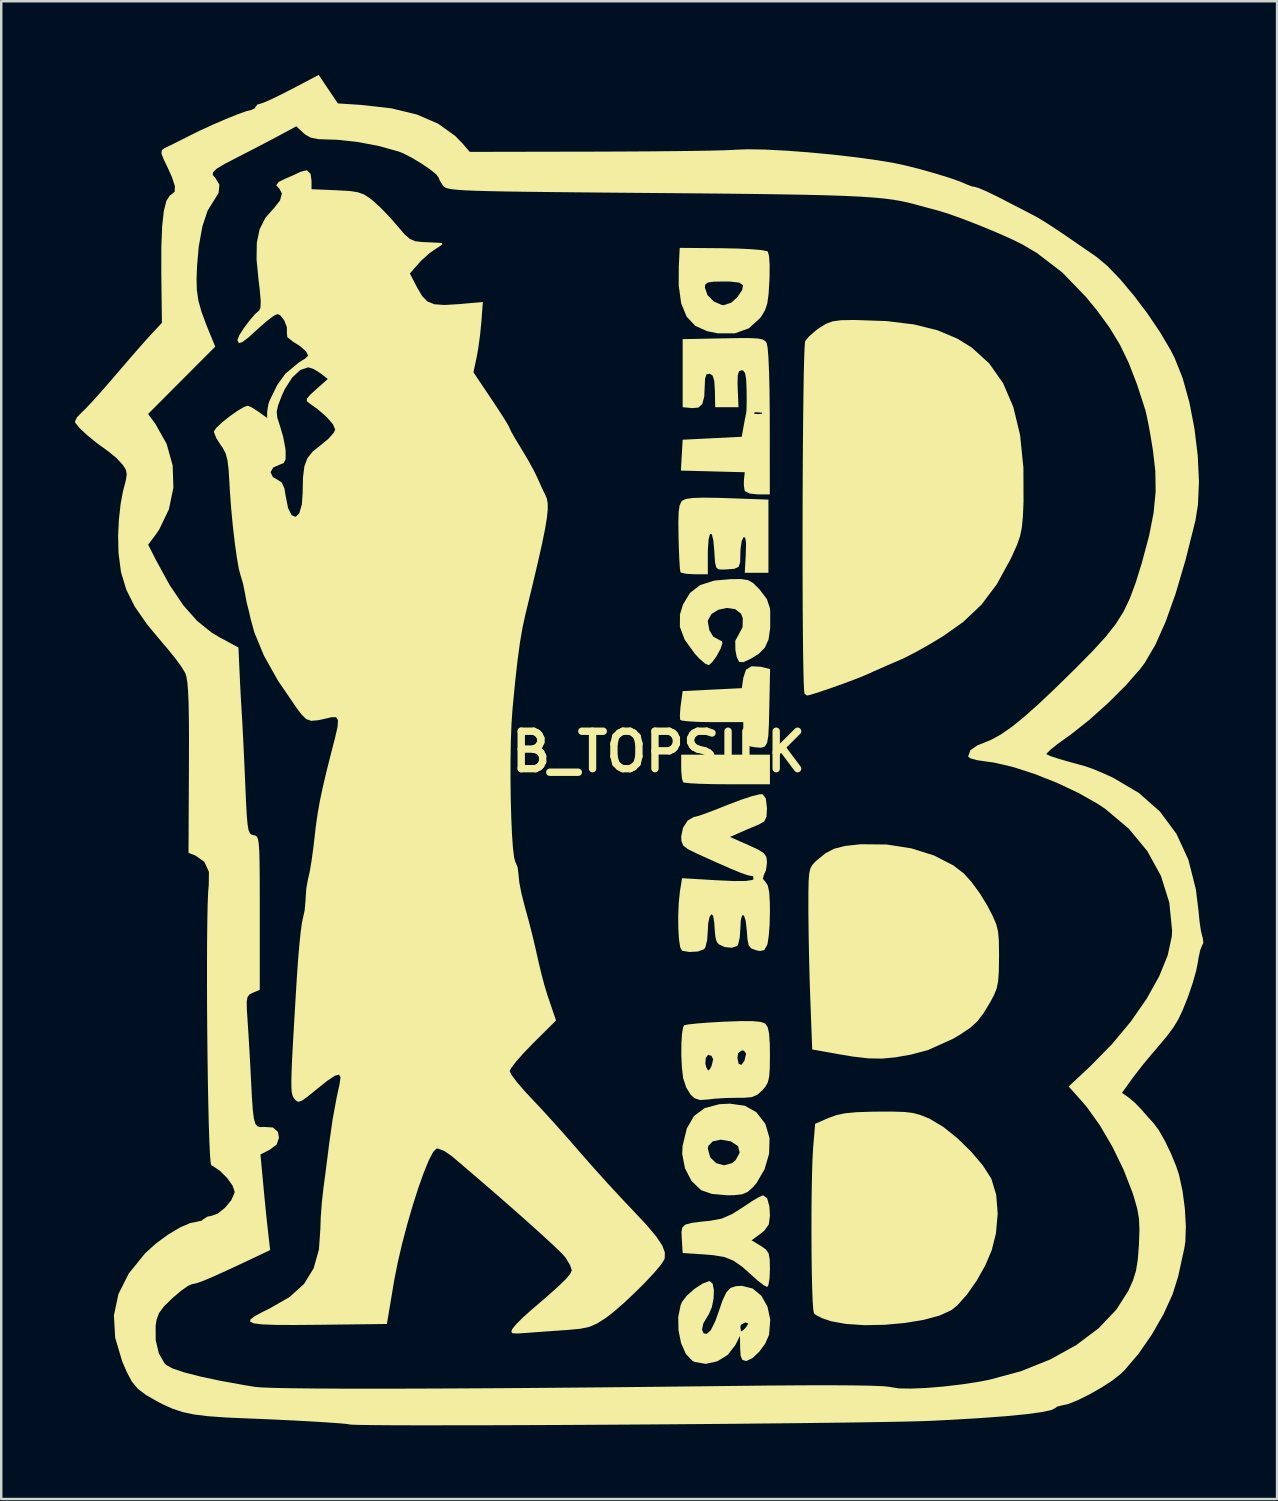
<source format=kicad_pcb>
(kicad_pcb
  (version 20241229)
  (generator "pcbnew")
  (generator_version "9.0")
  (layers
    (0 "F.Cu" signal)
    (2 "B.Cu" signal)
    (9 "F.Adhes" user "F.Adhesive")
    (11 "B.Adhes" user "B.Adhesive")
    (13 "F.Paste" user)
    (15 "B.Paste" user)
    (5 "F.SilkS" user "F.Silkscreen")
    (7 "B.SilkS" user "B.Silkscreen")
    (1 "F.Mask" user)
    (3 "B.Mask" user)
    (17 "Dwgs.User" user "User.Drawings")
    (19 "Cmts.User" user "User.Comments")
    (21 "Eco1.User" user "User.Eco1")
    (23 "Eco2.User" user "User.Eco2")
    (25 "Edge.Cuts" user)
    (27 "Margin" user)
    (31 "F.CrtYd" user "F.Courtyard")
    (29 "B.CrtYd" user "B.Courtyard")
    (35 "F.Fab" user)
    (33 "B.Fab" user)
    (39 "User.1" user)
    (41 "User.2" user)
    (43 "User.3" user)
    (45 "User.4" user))
  (footprint "DB_TOPSILK"
    (layer "F.Cu")
    (at 22.992 27.548)
    (property "Reference" "DB_TOPSILK" (at 0 0 0) (layer "F.SilkS") (effects (font (size 1.524 1.524) (thickness 0.3))))
    (attr board_only exclude_from_pos_files exclude_from_bom)
    (fp_poly (pts (xy 5.297 1.324) (xy 3.571 1.324) (xy 2.95 1.319) (xy 2.416 1.304) (xy 2.016 1.282) (xy 1.794 1.255) (xy 1.766 1.244) (xy 1.716 1.084) (xy 1.688 0.777) (xy 1.685 0.642) (xy 1.685 0.12) (xy 5.297 0.12)) (stroke (width 0) (type solid)) (fill yes) (layer "F.SilkS"))
    (fp_poly (pts (xy 4.929 -3.457) (xy 5.009 -3.438) (xy 5.304 -3.364) (xy 5.27 -1.774) (xy 5.255 -1.11) (xy 5.231 -0.652) (xy 5.182 -0.364) (xy 5.092 -0.213) (xy 4.945 -0.162) (xy 4.725 -0.178) (xy 4.544 -0.205) (xy 4.329 -0.267) (xy 4.234 -0.411) (xy 4.213 -0.714) (xy 4.213 -0.73) (xy 4.213 -1.204) (xy 2.956 -1.204) (xy 2.432 -1.212) (xy 2.005 -1.234) (xy 1.726 -1.266) (xy 1.647 -1.294) (xy 1.631 -1.459) (xy 1.651 -1.769) (xy 1.67 -1.926) (xy 1.745 -2.468) (xy 2.949 -2.528) (xy 4.153 -2.588) (xy 4.213 -3.008) (xy 4.322 -3.337) (xy 4.55 -3.48)) (stroke (width 0) (type solid)) (fill yes) (layer "F.SilkS"))
    (fp_poly (pts (xy 5.181 18.17) (xy 5.275 18.502) (xy 5.297 18.887) (xy 5.251 19.238) (xy 5.071 19.493) (xy 4.924 19.611) (xy 4.551 19.887) (xy 4.924 20.114) (xy 5.132 20.259) (xy 5.244 20.419) (xy 5.289 20.673) (xy 5.297 21.065) (xy 5.28 21.446) (xy 5.235 21.708) (xy 5.183 21.789) (xy 5.037 21.712) (xy 4.787 21.516) (xy 4.611 21.358) (xy 4.171 20.965) (xy 3.81 20.715) (xy 3.45 20.57) (xy 3.008 20.494) (xy 2.655 20.464) (xy 1.745 20.404) (xy 1.71 19.836) (xy 1.697 19.551) (xy 1.73 19.365) (xy 1.851 19.25) (xy 2.103 19.18) (xy 2.527 19.126) (xy 2.862 19.093) (xy 3.325 19.006) (xy 3.76 18.819) (xy 4.192 18.544) (xy 4.555 18.301) (xy 4.85 18.127) (xy 5.015 18.057) (xy 5.018 18.057)) (stroke (width 0) (type solid)) (fill yes) (layer "F.SilkS"))
    (fp_poly (pts (xy 4.275 14.409) (xy 4.744 14.672) (xy 5.098 15.133) (xy 5.119 15.172) (xy 5.281 15.729) (xy 5.263 16.36) (xy 5.079 16.996) (xy 4.743 17.568) (xy 4.606 17.726) (xy 4.394 17.915) (xy 4.165 18.014) (xy 3.835 18.051) (xy 3.559 18.054) (xy 2.935 17.999) (xy 2.501 17.847) (xy 2.494 17.843) (xy 2.105 17.472) (xy 1.838 16.954) (xy 1.726 16.368) (xy 1.737 16.154) (xy 2.769 16.154) (xy 2.865 16.51) (xy 3.108 16.747) (xy 3.428 16.834) (xy 3.756 16.745) (xy 3.904 16.621) (xy 4.067 16.317) (xy 3.998 16.052) (xy 3.71 15.863) (xy 3.696 15.858) (xy 3.294 15.791) (xy 2.972 15.858) (xy 2.79 16.041) (xy 2.769 16.154) (xy 1.737 16.154) (xy 1.743 16.036) (xy 1.915 15.331) (xy 2.207 14.827) (xy 2.639 14.506) (xy 3.232 14.348) (xy 3.659 14.325)) (stroke (width 0) (type solid)) (fill yes) (layer "F.SilkS"))
    (fp_poly (pts (xy 3.357 -20.494) (xy 3.991 -20.481) (xy 4.536 -20.455) (xy 4.947 -20.419) (xy 5.178 -20.376) (xy 5.208 -20.361) (xy 5.259 -20.187) (xy 5.285 -19.826) (xy 5.282 -19.33) (xy 5.275 -19.162) (xy 5.241 -18.618) (xy 5.189 -18.246) (xy 5.101 -17.976) (xy 4.961 -17.74) (xy 4.897 -17.653) (xy 4.442 -17.237) (xy 3.869 -17.029) (xy 3.176 -17.029) (xy 2.739 -17.118) (xy 2.256 -17.336) (xy 1.907 -17.708) (xy 1.685 -18.249) (xy 1.595 -18.9) (xy 2.648 -18.9) (xy 2.753 -18.59) (xy 3.012 -18.326) (xy 3.339 -18.184) (xy 3.422 -18.177) (xy 3.723 -18.278) (xy 3.964 -18.494) (xy 4.17 -18.797) (xy 4.202 -18.99) (xy 4.042 -19.096) (xy 3.669 -19.137) (xy 3.431 -19.14) (xy 3.007 -19.133) (xy 2.771 -19.099) (xy 2.669 -19.024) (xy 2.648 -18.9) (xy 1.595 -18.9) (xy 1.584 -18.976) (xy 1.587 -19.734) (xy 1.625 -20.509)) (stroke (width 0) (type solid)) (fill yes) (layer "F.SilkS"))
    (fp_poly (pts (xy 3.212 -10.333) (xy 3.58 -10.321) (xy 5.236 -10.262) (xy 5.236 -7.283) (xy 4.273 -7.283) (xy 4.315 -8.05) (xy 4.325 -8.491) (xy 4.292 -8.711) (xy 4.225 -8.735) (xy 4.148 -8.576) (xy 4.101 -8.263) (xy 4.093 -8.058) (xy 4.085 -7.711) (xy 4.022 -7.524) (xy 3.846 -7.445) (xy 3.499 -7.419) (xy 3.401 -7.415) (xy 3.22 -7.421) (xy 3.117 -7.491) (xy 3.066 -7.679) (xy 3.039 -8.041) (xy 3.034 -8.156) (xy 2.991 -8.623) (xy 2.927 -8.858) (xy 2.858 -8.865) (xy 2.801 -8.65) (xy 2.77 -8.219) (xy 2.769 -8.065) (xy 2.769 -7.223) (xy 2.234 -7.223) (xy 1.901 -7.241) (xy 1.687 -7.288) (xy 1.653 -7.313) (xy 1.632 -7.463) (xy 1.61 -7.802) (xy 1.59 -8.275) (xy 1.577 -8.735) (xy 1.569 -9.346) (xy 1.582 -9.761) (xy 1.62 -10.022) (xy 1.688 -10.175) (xy 1.735 -10.224) (xy 1.882 -10.289) (xy 2.156 -10.328) (xy 2.588 -10.342)) (stroke (width 0) (type solid)) (fill yes) (layer "F.SilkS"))
    (fp_poly (pts (xy 4.406 -6.984) (xy 4.613 -6.866) (xy 4.841 -6.64) (xy 4.885 -6.593) (xy 5.175 -6.208) (xy 5.298 -5.839) (xy 5.309 -5.69) (xy 5.307 -5.039) (xy 5.241 -4.572) (xy 5.092 -4.237) (xy 4.836 -3.981) (xy 4.534 -3.794) (xy 4.22 -3.646) (xy 4.043 -3.656) (xy 3.946 -3.854) (xy 3.892 -4.132) (xy 3.885 -4.512) (xy 4.018 -4.757) (xy 4.183 -5.068) (xy 4.193 -5.433) (xy 4.12 -5.618) (xy 3.881 -5.805) (xy 3.55 -5.853) (xy 3.203 -5.781) (xy 2.919 -5.607) (xy 2.774 -5.352) (xy 2.769 -5.286) (xy 2.832 -4.948) (xy 2.99 -4.683) (xy 3.192 -4.574) (xy 3.194 -4.574) (xy 3.346 -4.493) (xy 3.362 -4.424) (xy 3.29 -4.194) (xy 3.132 -3.903) (xy 2.95 -3.647) (xy 2.808 -3.524) (xy 2.664 -3.584) (xy 2.43 -3.785) (xy 2.238 -3.992) (xy 1.83 -4.558) (xy 1.632 -5.077) (xy 1.635 -5.592) (xy 1.759 -5.993) (xy 2.043 -6.464) (xy 2.457 -6.783) (xy 3.032 -6.966) (xy 3.709 -7.026) (xy 4.134 -7.027)) (stroke (width 0) (type solid)) (fill yes) (layer "F.SilkS"))
    (fp_poly (pts (xy 10.78 14.664) (xy 11.121 14.705) (xy 11.41 14.782) (xy 11.71 14.902) (xy 11.821 14.953) (xy 12.346 15.267) (xy 12.918 15.725) (xy 13.474 16.265) (xy 13.952 16.825) (xy 14.287 17.343) (xy 14.315 17.399) (xy 14.507 18.036) (xy 14.568 18.797) (xy 14.497 19.604) (xy 14.323 20.295) (xy 14.064 20.905) (xy 13.715 21.526) (xy 13.32 22.091) (xy 12.924 22.535) (xy 12.687 22.727) (xy 12.214 22.946) (xy 11.562 23.123) (xy 10.793 23.251) (xy 9.967 23.326) (xy 9.143 23.341) (xy 8.382 23.29) (xy 7.781 23.18) (xy 7.42 23.057) (xy 7.158 22.921) (xy 7.089 22.857) (xy 7.06 22.693) (xy 7.035 22.326) (xy 7.015 21.794) (xy 7 21.135) (xy 6.991 20.386) (xy 6.987 19.586) (xy 6.988 18.772) (xy 6.996 17.983) (xy 7.009 17.255) (xy 7.028 16.628) (xy 7.054 16.138) (xy 7.062 16.029) (xy 7.138 15.144) (xy 7.692 14.903) (xy 7.999 14.792) (xy 8.348 14.718) (xy 8.799 14.674) (xy 9.409 14.653) (xy 9.691 14.649) (xy 10.324 14.648)) (stroke (width 0) (type solid)) (fill yes) (layer "F.SilkS"))
    (fp_poly (pts (xy 10.046 3.776) (xy 11.051 3.933) (xy 11.974 4.222) (xy 12.763 4.627) (xy 13.189 4.955) (xy 13.5 5.3) (xy 13.841 5.766) (xy 14.142 6.258) (xy 14.161 6.293) (xy 14.373 6.703) (xy 14.508 7.02) (xy 14.583 7.324) (xy 14.615 7.692) (xy 14.622 8.202) (xy 14.622 8.366) (xy 14.614 8.938) (xy 14.586 9.34) (xy 14.524 9.641) (xy 14.415 9.914) (xy 14.275 10.172) (xy 13.997 10.636) (xy 13.746 10.967) (xy 13.454 11.234) (xy 13.053 11.504) (xy 12.76 11.679) (xy 11.737 12.141) (xy 11.032 12.329) (xy 10.4 12.44) (xy 9.852 12.491) (xy 9.306 12.481) (xy 8.678 12.409) (xy 8.054 12.305) (xy 7.018 12.119) (xy 6.94 10.062) (xy 6.912 9.216) (xy 6.889 8.296) (xy 6.872 7.397) (xy 6.863 6.61) (xy 6.862 6.373) (xy 6.863 5.717) (xy 6.872 5.258) (xy 6.897 4.949) (xy 6.945 4.747) (xy 7.024 4.605) (xy 7.141 4.48) (xy 7.193 4.431) (xy 7.55 4.138) (xy 7.911 3.948) (xy 8.353 3.835) (xy 8.953 3.77) (xy 9.014 3.766)) (stroke (width 0) (type solid)) (fill yes) (layer "F.SilkS"))
    (fp_poly (pts (xy 2.965 21.651) (xy 3.016 21.911) (xy 3.004 22.256) (xy 2.932 22.612) (xy 2.805 22.909) (xy 2.769 22.96) (xy 2.588 23.263) (xy 2.531 23.522) (xy 2.6 23.677) (xy 2.729 23.693) (xy 2.889 23.549) (xy 2.956 23.414) (xy 4.093 23.414) (xy 4.118 23.574) (xy 4.138 23.594) (xy 4.242 23.515) (xy 4.334 23.414) (xy 4.418 23.271) (xy 4.307 23.233) (xy 4.288 23.233) (xy 4.119 23.323) (xy 4.093 23.414) (xy 2.956 23.414) (xy 3.07 23.184) (xy 3.196 22.832) (xy 3.374 22.32) (xy 3.529 21.998) (xy 3.699 21.823) (xy 3.923 21.752) (xy 4.156 21.74) (xy 4.595 21.85) (xy 4.95 22.146) (xy 5.197 22.585) (xy 5.31 23.12) (xy 5.264 23.705) (xy 5.251 23.758) (xy 5.105 24.091) (xy 4.863 24.422) (xy 4.589 24.68) (xy 4.344 24.797) (xy 4.323 24.798) (xy 4.174 24.755) (xy 4.104 24.586) (xy 4.085 24.286) (xy 4.077 23.775) (xy 3.891 24.148) (xy 3.581 24.549) (xy 3.155 24.813) (xy 2.681 24.917) (xy 2.228 24.835) (xy 2.137 24.788) (xy 1.874 24.512) (xy 1.682 24.075) (xy 1.575 23.55) (xy 1.565 23.008) (xy 1.663 22.523) (xy 1.719 22.394) (xy 1.918 22.135) (xy 2.224 21.866) (xy 2.553 21.65) (xy 2.822 21.549) (xy 2.847 21.548)) (stroke (width 0) (type solid)) (fill yes) (layer "F.SilkS"))
    (fp_poly (pts (xy 4.602 10.966) (xy 4.915 10.996) (xy 5.091 11.056) (xy 5.112 11.072) (xy 5.206 11.212) (xy 5.263 11.472) (xy 5.291 11.897) (xy 5.297 12.336) (xy 5.291 12.871) (xy 5.266 13.227) (xy 5.209 13.464) (xy 5.107 13.642) (xy 4.995 13.773) (xy 4.787 13.962) (xy 4.559 14.058) (xy 4.223 14.087) (xy 4.002 14.086) (xy 3.509 14.094) (xy 3.025 14.125) (xy 2.814 14.151) (xy 2.46 14.178) (xy 2.23 14.105) (xy 2.076 13.968) (xy 1.891 13.67) (xy 1.767 13.295) (xy 1.761 13.265) (xy 1.713 12.839) (xy 1.706 12.692) (xy 2.668 12.692) (xy 2.708 12.85) (xy 2.783 12.979) (xy 2.862 12.908) (xy 2.922 12.786) (xy 2.987 12.518) (xy 2.957 12.459) (xy 3.973 12.459) (xy 4.022 12.701) (xy 4.134 12.747) (xy 4.258 12.576) (xy 4.261 12.57) (xy 4.328 12.29) (xy 4.243 12.17) (xy 4.153 12.158) (xy 4.008 12.263) (xy 3.973 12.459) (xy 2.957 12.459) (xy 2.913 12.375) (xy 2.778 12.337) (xy 2.686 12.467) (xy 2.668 12.692) (xy 1.706 12.692) (xy 1.69 12.356) (xy 1.693 11.88) (xy 1.718 11.475) (xy 1.766 11.205) (xy 1.806 11.135) (xy 1.967 11.101) (xy 2.318 11.062) (xy 2.808 11.024) (xy 3.387 10.991) (xy 3.427 10.989) (xy 4.117 10.964)) (stroke (width 0) (type solid)) (fill yes) (layer "F.SilkS"))
    (fp_poly (pts (xy 10.046 -17.529) (xy 11.162 -17.392) (xy 12.113 -17.156) (xy 12.927 -16.814) (xy 13.517 -16.447) (xy 14.226 -15.801) (xy 14.788 -14.999) (xy 15.204 -14.031) (xy 15.479 -12.888) (xy 15.614 -11.562) (xy 15.619 -10.172) (xy 15.593 -9.57) (xy 15.552 -9.13) (xy 15.478 -8.772) (xy 15.354 -8.417) (xy 15.161 -7.986) (xy 15.084 -7.825) (xy 14.53 -6.814) (xy 13.906 -5.985) (xy 13.16 -5.279) (xy 12.339 -4.699) (xy 11.803 -4.376) (xy 11.26 -4.07) (xy 10.79 -3.828) (xy 10.593 -3.738) (xy 10.081 -3.518) (xy 9.522 -3.271) (xy 9.269 -3.156) (xy 8.963 -3.028) (xy 8.541 -2.866) (xy 8.063 -2.691) (xy 7.589 -2.525) (xy 7.179 -2.389) (xy 6.895 -2.305) (xy 6.805 -2.287) (xy 6.715 -2.354) (xy 6.706 -2.362) (xy 6.688 -2.498) (xy 6.671 -2.849) (xy 6.658 -3.39) (xy 6.646 -4.093) (xy 6.638 -4.935) (xy 6.631 -5.888) (xy 6.627 -6.927) (xy 6.625 -8.026) (xy 6.626 -9.16) (xy 6.628 -10.302) (xy 6.633 -11.427) (xy 6.64 -12.509) (xy 6.649 -13.522) (xy 6.66 -14.441) (xy 6.672 -15.239) (xy 6.687 -15.892) (xy 6.704 -16.372) (xy 6.722 -16.655) (xy 6.734 -16.719) (xy 6.899 -16.914) (xy 7.182 -17.158) (xy 7.312 -17.253) (xy 7.583 -17.42) (xy 7.847 -17.517) (xy 8.185 -17.563) (xy 8.676 -17.574) (xy 8.734 -17.574)) (stroke (width 0) (type solid)) (fill yes) (layer "F.SilkS"))
    (fp_poly (pts (xy 4.522 -16.836) (xy 4.825 -16.817) (xy 5.008 -16.777) (xy 5.111 -16.711) (xy 5.166 -16.632) (xy 5.204 -16.44) (xy 5.236 -16.034) (xy 5.262 -15.439) (xy 5.28 -14.683) (xy 5.289 -13.792) (xy 5.29 -13.439) (xy 5.292 -10.473) (xy 4.809 -10.473) (xy 4.47 -10.51) (xy 4.279 -10.606) (xy 4.267 -10.628) (xy 4.233 -10.864) (xy 4.24 -11.079) (xy 4.273 -11.376) (xy 2.973 -11.41) (xy 1.673 -11.444) (xy 1.709 -12.072) (xy 1.745 -12.7) (xy 2.948 -12.76) (xy 4.15 -12.82) (xy 4.224 -13.242) (xy 4.283 -13.558) (xy 4.325 -13.759) (xy 4.65 -13.759) (xy 4.815 -13.742) (xy 4.986 -13.761) (xy 4.966 -13.803) (xy 4.719 -13.819) (xy 4.665 -13.803) (xy 4.65 -13.759) (xy 4.325 -13.759) (xy 4.327 -13.771) (xy 4.331 -13.783) (xy 4.345 -13.958) (xy 4.351 -14.299) (xy 4.348 -14.716) (xy 4.329 -15.162) (xy 4.285 -15.414) (xy 4.203 -15.518) (xy 4.145 -15.529) (xy 4.04 -15.487) (xy 3.989 -15.328) (xy 3.979 -15.002) (xy 3.986 -14.777) (xy 4.017 -14.024) (xy 3.07 -14.024) (xy 3.057 -14.686) (xy 3.032 -15.091) (xy 2.966 -15.308) (xy 2.847 -15.387) (xy 2.714 -15.361) (xy 2.656 -15.18) (xy 2.647 -14.966) (xy 2.623 -14.459) (xy 2.543 -14.153) (xy 2.385 -14.008) (xy 2.13 -13.987) (xy 2.121 -13.988) (xy 1.745 -14.024) (xy 1.745 -16.793) (xy 3.395 -16.826) (xy 4.059 -16.837)) (stroke (width 0) (type solid)) (fill yes) (layer "F.SilkS"))
    (fp_poly (pts (xy 5.13 1.904) (xy 5.176 2.297) (xy 5.176 2.314) (xy 5.157 2.65) (xy 5.065 2.836) (xy 4.848 2.962) (xy 4.785 2.988) (xy 4.389 3.153) (xy 4.033 3.308) (xy 3.672 3.47) (xy 4.424 3.801) (xy 4.825 3.987) (xy 5.051 4.131) (xy 5.152 4.281) (xy 5.176 4.481) (xy 5.176 4.51) (xy 5.139 4.816) (xy 5.051 5.013) (xy 5.009 5.172) (xy 5.111 5.292) (xy 5.207 5.437) (xy 5.266 5.705) (xy 5.293 6.141) (xy 5.297 6.507) (xy 5.284 7.027) (xy 5.25 7.484) (xy 5.201 7.805) (xy 5.183 7.868) (xy 5.064 8.076) (xy 4.878 8.111) (xy 4.731 8.079) (xy 4.538 8.008) (xy 4.432 7.882) (xy 4.381 7.635) (xy 4.358 7.305) (xy 4.311 6.885) (xy 4.24 6.666) (xy 4.165 6.656) (xy 4.11 6.865) (xy 4.093 7.199) (xy 4.068 7.566) (xy 4.005 7.836) (xy 3.966 7.903) (xy 3.749 7.979) (xy 3.455 7.95) (xy 3.211 7.836) (xy 3.163 7.78) (xy 3.11 7.677) (xy 3.077 7.533) (xy 3.052 7.276) (xy 3.03 6.952) (xy 2.985 6.679) (xy 2.914 6.613) (xy 2.839 6.727) (xy 2.783 6.993) (xy 2.769 7.268) (xy 2.741 7.675) (xy 2.669 7.961) (xy 2.618 8.037) (xy 2.366 8.132) (xy 2.012 8.151) (xy 1.715 8.098) (xy 1.645 7.96) (xy 1.595 7.639) (xy 1.568 7.194) (xy 1.564 6.682) (xy 1.585 6.162) (xy 1.633 5.69) (xy 1.645 5.613) (xy 1.721 5.148) (xy 3.135 5.232) (xy 3.837 5.264) (xy 4.313 5.26) (xy 4.573 5.222) (xy 4.629 5.186) (xy 4.61 5.072) (xy 4.536 5.056) (xy 4.386 5.026) (xy 4.113 4.93) (xy 3.694 4.758) (xy 3.106 4.5) (xy 2.325 4.147) (xy 2.317 4.144) (xy 1.958 3.967) (xy 1.768 3.819) (xy 1.696 3.642) (xy 1.685 3.451) (xy 1.761 3.091) (xy 1.952 2.799) (xy 2.202 2.653) (xy 2.254 2.648) (xy 2.412 2.605) (xy 2.742 2.489) (xy 3.19 2.317) (xy 3.599 2.154) (xy 4.111 1.959) (xy 4.553 1.813) (xy 4.869 1.734) (xy 4.996 1.729)) (stroke (width 0) (type solid)) (fill yes) (layer "F.SilkS"))
    (fp_poly (pts (xy -13.4 -23.52) (xy -13.362 -23.238) (xy -13.362 -22.897) (xy -12.35 -22.854) (xy -11.834 -22.825) (xy -11.485 -22.775) (xy -11.228 -22.683) (xy -10.99 -22.529) (xy -10.875 -22.439) (xy -10.548 -22.142) (xy -10.168 -21.747) (xy -9.88 -21.416) (xy -9.583 -21.069) (xy -9.36 -20.872) (xy -9.14 -20.779) (xy -8.851 -20.746) (xy -8.796 -20.744) (xy -8.422 -20.728) (xy -8.132 -20.713) (xy -8.065 -20.709) (xy -8.035 -20.656) (xy -8.19 -20.54) (xy -8.246 -20.51) (xy -8.553 -20.3) (xy -8.886 -20) (xy -8.983 -19.895) (xy -9.359 -19.466) (xy -9.055 -18.879) (xy -8.855 -18.541) (xy -8.641 -18.325) (xy -8.358 -18.213) (xy -7.952 -18.184) (xy -7.371 -18.218) (xy -7.277 -18.226) (xy -6.388 -18.307) (xy -6.449 -17.49) (xy -6.503 -16.949) (xy -6.579 -16.398) (xy -6.64 -16.058) (xy -6.771 -15.444) (xy -6.034 -14.347) (xy -5.736 -13.897) (xy -5.495 -13.521) (xy -5.341 -13.262) (xy -5.297 -13.169) (xy -5.237 -13.034) (xy -5.079 -12.754) (xy -4.857 -12.389) (xy -4.834 -12.352) (xy -4.564 -11.901) (xy -4.317 -11.453) (xy -4.162 -11.135) (xy -4.005 -10.784) (xy -3.87 -10.499) (xy -3.842 -10.445) (xy -3.781 -10.294) (xy -3.748 -10.104) (xy -3.748 -9.851) (xy -3.783 -9.51) (xy -3.858 -9.058) (xy -3.978 -8.47) (xy -4.145 -7.723) (xy -4.365 -6.791) (xy -4.641 -5.652) (xy -4.654 -5.598) (xy -4.77 -5.069) (xy -4.875 -4.465) (xy -4.973 -3.744) (xy -5.072 -2.866) (xy -5.176 -1.792) (xy -5.185 -1.685) (xy -5.224 -1.11) (xy -5.249 -0.422) (xy -5.262 0.34) (xy -5.263 1.138) (xy -5.253 1.933) (xy -5.232 2.685) (xy -5.202 3.356) (xy -5.164 3.907) (xy -5.117 4.299) (xy -5.064 4.493) (xy -5.058 4.5) (xy -4.973 4.698) (xy -4.936 5.007) (xy -4.936 5.021) (xy -4.902 5.337) (xy -4.813 5.786) (xy -4.689 6.274) (xy -4.684 6.291) (xy -4.526 6.867) (xy -4.367 7.488) (xy -4.259 7.945) (xy -4.108 8.613) (xy -3.987 9.114) (xy -3.879 9.517) (xy -3.766 9.889) (xy -3.643 10.254) (xy -3.409 10.938) (xy -4.353 11.876) (xy -4.735 12.272) (xy -5.043 12.622) (xy -5.241 12.883) (xy -5.297 13.002) (xy -5.217 13.162) (xy -5.002 13.447) (xy -4.688 13.812) (xy -4.424 14.096) (xy -3.991 14.556) (xy -3.472 15.127) (xy -2.933 15.732) (xy -2.474 16.259) (xy -1.941 16.867) (xy -1.329 17.547) (xy -0.72 18.206) (xy -0.283 18.666) (xy 0.277 19.264) (xy 0.67 19.732) (xy 0.913 20.097) (xy 1.021 20.385) (xy 1.013 20.623) (xy 0.997 20.67) (xy 0.856 20.888) (xy 0.576 21.219) (xy 0.199 21.621) (xy -0.232 22.049) (xy -0.673 22.462) (xy -1.081 22.815) (xy -1.382 23.046) (xy -1.737 23.272) (xy -2.05 23.409) (xy -2.415 23.487) (xy -2.924 23.535) (xy -2.958 23.537) (xy -3.534 23.577) (xy -4.127 23.619) (xy -4.608 23.656) (xy -4.994 23.681) (xy -5.186 23.668) (xy -5.231 23.603) (xy -5.186 23.493) (xy -5.04 23.31) (xy -4.763 23.033) (xy -4.412 22.718) (xy -4.37 22.683) (xy -3.75 22.151) (xy -3.299 21.748) (xy -2.999 21.454) (xy -2.829 21.249) (xy -2.769 21.115) (xy -2.769 21.102) (xy -2.836 20.902) (xy -3.002 20.622) (xy -3.038 20.572) (xy -3.208 20.388) (xy -3.539 20.07) (xy -4.008 19.638) (xy -4.592 19.113) (xy -5.268 18.515) (xy -6.012 17.866) (xy -6.803 17.185) (xy -7.615 16.493) (xy -7.663 16.453) (xy -7.957 16.252) (xy -8.211 16.154) (xy -8.275 16.153) (xy -8.408 16.286) (xy -8.582 16.618) (xy -8.786 17.113) (xy -9.008 17.735) (xy -9.237 18.45) (xy -9.462 19.22) (xy -9.671 20.011) (xy -9.852 20.787) (xy -9.996 21.511) (xy -10.012 21.608) (xy -10.294 23.293) (xy -13.092 23.326) (xy -14.072 23.334) (xy -14.825 23.33) (xy -15.365 23.31) (xy -15.706 23.269) (xy -15.861 23.202) (xy -15.844 23.105) (xy -15.669 22.972) (xy -15.35 22.8) (xy -15.062 22.659) (xy -14.255 22.195) (xy -13.666 21.662) (xy -13.275 21.027) (xy -13.06 20.259) (xy -13.002 19.423) (xy -12.985 18.928) (xy -12.94 18.332) (xy -12.883 17.816) (xy -12.804 17.215) (xy -12.716 16.53) (xy -12.643 15.95) (xy -12.504 14.972) (xy -12.337 14.065) (xy -12.217 13.513) (xy -12.182 13.253) (xy -12.242 13.143) (xy -12.415 13.189) (xy -12.723 13.395) (xy -13.149 13.736) (xy -13.519 14.038) (xy -13.752 14.203) (xy -13.896 14.251) (xy -13.997 14.201) (xy -14.058 14.128) (xy -14.105 14.059) (xy -14.141 13.975) (xy -14.167 13.851) (xy -14.181 13.664) (xy -14.183 13.39) (xy -14.173 13.005) (xy -14.151 12.487) (xy -14.115 11.81) (xy -14.065 10.953) (xy -14.002 9.891) (xy -13.964 9.269) (xy -13.916 8.556) (xy -13.861 7.904) (xy -13.806 7.361) (xy -13.754 6.975) (xy -13.72 6.814) (xy -13.641 6.454) (xy -13.604 6.033) (xy -13.603 5.979) (xy -13.573 5.556) (xy -13.501 5.163) (xy -13.49 5.125) (xy -13.427 4.841) (xy -13.354 4.395) (xy -13.282 3.863) (xy -13.253 3.611) (xy -13.188 3.045) (xy -13.116 2.535) (xy -13.027 2.029) (xy -12.911 1.476) (xy -12.758 0.825) (xy -12.556 0.024) (xy -12.41 -0.542) (xy -12.302 -1.008) (xy -12.284 -1.284) (xy -12.363 -1.404) (xy -12.547 -1.405) (xy -12.61 -1.391) (xy -13.07 -1.285) (xy -13.369 -1.257) (xy -13.579 -1.328) (xy -13.772 -1.52) (xy -13.964 -1.774) (xy -14.73 -2.897) (xy -15.301 -3.916) (xy -15.687 -4.851) (xy -15.843 -5.417) (xy -15.914 -5.732) (xy -15.969 -5.945) (xy -15.973 -5.959) (xy -16.017 -6.152) (xy -16.073 -6.463) (xy -16.08 -6.5) (xy -16.154 -6.862) (xy -16.242 -7.155) (xy -16.246 -7.163) (xy -16.32 -7.441) (xy -16.402 -7.908) (xy -16.486 -8.511) (xy -16.566 -9.198) (xy -16.634 -9.919) (xy -16.686 -10.62) (xy -16.7 -10.888) (xy -16.73 -11.377) (xy -15.029 -11.377) (xy -14.937 -11.182) (xy -14.763 -11.081) (xy -14.572 -10.956) (xy -14.465 -10.718) (xy -14.417 -10.422) (xy -14.315 -9.912) (xy -14.168 -9.626) (xy -14.006 -9.56) (xy -13.859 -9.709) (xy -13.755 -10.068) (xy -13.723 -10.533) (xy -13.709 -11.166) (xy -13.652 -11.618) (xy -13.53 -11.947) (xy -13.32 -12.212) (xy -13 -12.471) (xy -12.983 -12.483) (xy -12.662 -12.749) (xy -12.452 -12.991) (xy -12.399 -13.12) (xy -12.493 -13.333) (xy -12.744 -13.621) (xy -13.1 -13.933) (xy -13.434 -14.171) (xy -13.553 -14.267) (xy -13.551 -14.373) (xy -13.406 -14.54) (xy -13.182 -14.744) (xy -12.7 -15.17) (xy -13.001 -15.407) (xy -13.273 -15.576) (xy -13.496 -15.647) (xy -13.82 -15.538) (xy -14.149 -15.23) (xy -14.45 -14.76) (xy -14.57 -14.496) (xy -14.719 -14.109) (xy -14.779 -13.846) (xy -14.757 -13.608) (xy -14.659 -13.298) (xy -14.645 -13.259) (xy -14.514 -12.808) (xy -14.428 -12.353) (xy -14.415 -12.223) (xy -14.417 -11.903) (xy -14.496 -11.748) (xy -14.626 -11.698) (xy -14.921 -11.569) (xy -15.029 -11.377) (xy -16.73 -11.377) (xy -16.735 -11.466) (xy -16.783 -11.865) (xy -16.858 -12.143) (xy -16.973 -12.363) (xy -17.046 -12.464) (xy -17.233 -12.756) (xy -17.331 -12.999) (xy -17.335 -13.036) (xy -17.243 -13.179) (xy -17.009 -13.4) (xy -16.698 -13.649) (xy -16.373 -13.878) (xy -16.098 -14.038) (xy -15.956 -14.084) (xy -15.807 -14.021) (xy -15.558 -13.864) (xy -15.517 -13.835) (xy -15.168 -13.586) (xy -15.168 -13.837) (xy -15.118 -14.153) (xy -15.065 -14.297) (xy -14.945 -14.543) (xy -14.784 -14.874) (xy -14.758 -14.927) (xy -14.421 -15.392) (xy -13.879 -15.842) (xy -13.611 -16.011) (xy -13.5 -16.121) (xy -13.575 -16.277) (xy -13.602 -16.31) (xy -13.829 -16.51) (xy -14.102 -16.681) (xy -14.346 -16.873) (xy -14.365 -17.043) (xy -14.365 -17.281) (xy -14.471 -17.555) (xy -14.634 -17.764) (xy -14.753 -17.816) (xy -14.907 -17.739) (xy -15.177 -17.534) (xy -15.507 -17.246) (xy -15.541 -17.214) (xy -15.929 -16.862) (xy -16.18 -16.672) (xy -16.318 -16.631) (xy -16.369 -16.725) (xy -16.372 -16.776) (xy -16.299 -16.958) (xy -16.118 -17.242) (xy -15.884 -17.554) (xy -15.652 -17.821) (xy -15.496 -17.957) (xy -15.438 -18.078) (xy -15.43 -18.359) (xy -15.472 -18.831) (xy -15.513 -19.161) (xy -15.599 -20.031) (xy -15.588 -20.719) (xy -15.473 -21.269) (xy -15.243 -21.725) (xy -14.889 -22.131) (xy -14.878 -22.141) (xy -14.642 -22.442) (xy -14.569 -22.723) (xy -14.672 -22.923) (xy -14.686 -22.932) (xy -14.798 -23.061) (xy -14.697 -23.195) (xy -14.415 -23.332) (xy -14.081 -23.475) (xy -13.814 -23.603) (xy -13.809 -23.606) (xy -13.549 -23.67)) (stroke (width 0) (type solid)) (fill yes) (layer "F.SilkS"))
    (fp_poly (pts (xy -12.68 -26.968) (xy -12.29 -26.389) (xy -11.351 -26.328) (xy -10.11 -26.188) (xy -9.069 -25.935) (xy -8.21 -25.564) (xy -7.517 -25.068) (xy -7.222 -24.765) (xy -6.921 -24.416) (xy -1.865 -24.426) (xy -0.757 -24.43) (xy 0.299 -24.436) (xy 1.273 -24.445) (xy 2.137 -24.455) (xy 2.861 -24.467) (xy 3.415 -24.481) (xy 3.77 -24.495) (xy 3.852 -24.501) (xy 4.38 -24.522) (xy 5.095 -24.51) (xy 5.947 -24.466) (xy 6.884 -24.396) (xy 7.858 -24.304) (xy 8.816 -24.194) (xy 9.708 -24.07) (xy 10.353 -23.962) (xy 10.837 -23.857) (xy 11.409 -23.712) (xy 12.004 -23.544) (xy 12.558 -23.374) (xy 13.004 -23.221) (xy 13.27 -23.107) (xy 13.523 -23.009) (xy 13.635 -22.992) (xy 13.806 -22.94) (xy 14.131 -22.799) (xy 14.552 -22.595) (xy 14.75 -22.494) (xy 15.23 -22.245) (xy 15.672 -22.017) (xy 15.999 -21.848) (xy 16.071 -21.812) (xy 16.336 -21.658) (xy 16.727 -21.412) (xy 17.173 -21.116) (xy 17.32 -21.016) (xy 17.773 -20.704) (xy 18.196 -20.413) (xy 18.517 -20.193) (xy 18.584 -20.146) (xy 19.034 -19.771) (xy 19.555 -19.229) (xy 20.109 -18.57) (xy 20.659 -17.842) (xy 21.166 -17.092) (xy 21.594 -16.371) (xy 21.763 -16.043) (xy 22.096 -15.207) (xy 22.37 -14.221) (xy 22.577 -13.15) (xy 22.71 -12.056) (xy 22.76 -11.002) (xy 22.719 -10.052) (xy 22.618 -9.421) (xy 22.217 -7.817) (xy 21.813 -6.445) (xy 21.404 -5.294) (xy 20.986 -4.355) (xy 20.555 -3.62) (xy 20.371 -3.371) (xy 19.78 -2.698) (xy 19.06 -1.981) (xy 18.291 -1.292) (xy 17.552 -0.706) (xy 17.373 -0.579) (xy 16.989 -0.302) (xy 16.705 -0.073) (xy 16.562 0.072) (xy 16.555 0.103) (xy 16.703 0.174) (xy 17.052 0.289) (xy 17.615 0.45) (xy 18.121 0.588) (xy 18.417 0.69) (xy 18.835 0.863) (xy 19.265 1.059) (xy 20.314 1.678) (xy 21.172 2.437) (xy 21.843 3.341) (xy 22.329 4.396) (xy 22.636 5.608) (xy 22.737 6.44) (xy 22.784 6.913) (xy 22.842 7.301) (xy 22.9 7.535) (xy 22.912 7.559) (xy 22.939 7.781) (xy 22.898 7.86) (xy 22.815 8.063) (xy 22.741 8.4) (xy 22.72 8.547) (xy 22.646 8.916) (xy 22.505 9.414) (xy 22.323 9.948) (xy 22.273 10.081) (xy 22.091 10.531) (xy 21.92 10.891) (xy 21.72 11.221) (xy 21.454 11.579) (xy 21.084 12.022) (xy 20.819 12.329) (xy 20.477 12.741) (xy 20.124 13.196) (xy 20.009 13.352) (xy 19.627 13.884) (xy 19.895 14.072) (xy 20.16 14.296) (xy 20.438 14.585) (xy 20.456 14.607) (xy 20.694 14.881) (xy 20.889 15.093) (xy 20.906 15.111) (xy 21.118 15.393) (xy 21.367 15.83) (xy 21.617 16.346) (xy 21.831 16.867) (xy 21.946 17.214) (xy 22.092 17.881) (xy 22.188 18.614) (xy 22.227 19.332) (xy 22.205 19.951) (xy 22.162 20.224) (xy 22.057 20.698) (xy 21.945 21.214) (xy 21.917 21.346) (xy 21.689 22.078) (xy 21.316 22.895) (xy 20.839 23.728) (xy 20.299 24.508) (xy 19.736 25.167) (xy 19.577 25.323) (xy 19.242 25.588) (xy 18.798 25.877) (xy 18.306 26.157) (xy 17.829 26.394) (xy 17.431 26.553) (xy 17.195 26.604) (xy 16.98 26.659) (xy 16.921 26.712) (xy 16.749 26.797) (xy 16.346 26.882) (xy 15.721 26.966) (xy 14.883 27.047) (xy 13.843 27.124) (xy 12.608 27.197) (xy 11.857 27.234) (xy 11.424 27.25) (xy 10.798 27.266) (xy 9.998 27.281) (xy 9.044 27.296) (xy 7.957 27.311) (xy 6.757 27.326) (xy 5.462 27.339) (xy 4.093 27.353) (xy 2.67 27.365) (xy 1.213 27.376) (xy -0.259 27.386) (xy -1.726 27.395) (xy -3.167 27.403) (xy -4.563 27.409) (xy -5.894 27.414) (xy -7.141 27.416) (xy -8.283 27.417) (xy -9.3 27.417) (xy -10.173 27.414) (xy -10.882 27.408) (xy -11.406 27.401) (xy -11.727 27.391) (xy -11.824 27.38) (xy -11.956 27.359) (xy -12.289 27.33) (xy -12.784 27.296) (xy -13.402 27.258) (xy -14.105 27.22) (xy -14.852 27.184) (xy -15.606 27.151) (xy -15.95 27.138) (xy -16.861 27.098) (xy -17.577 27.046) (xy -18.145 26.976) (xy -18.61 26.877) (xy -19.02 26.741) (xy -19.42 26.561) (xy -19.603 26.466) (xy -20.089 26.19) (xy -20.426 25.937) (xy -20.672 25.642) (xy -20.888 25.236) (xy -21.07 24.809) (xy -21.354 23.852) (xy -21.405 22.944) (xy -21.222 22.076) (xy -20.801 21.238) (xy -20.142 20.424) (xy -20.123 20.404) (xy -19.69 20.013) (xy -19.202 19.655) (xy -18.717 19.366) (xy -18.298 19.184) (xy -18.065 19.14) (xy -17.834 19.085) (xy -17.756 19.02) (xy -17.585 18.917) (xy -17.461 18.9) (xy -17.184 18.803) (xy -16.882 18.562) (xy -16.628 18.255) (xy -16.497 17.958) (xy -16.492 17.901) (xy -16.581 17.65) (xy -16.805 17.342) (xy -17.096 17.054) (xy -17.387 16.859) (xy -17.442 16.837) (xy -17.47 16.712) (xy -17.496 16.374) (xy -17.52 15.854) (xy -17.543 15.178) (xy -17.562 14.377) (xy -17.58 13.478) (xy -17.594 12.511) (xy -17.605 11.504) (xy -17.613 10.485) (xy -17.616 9.484) (xy -17.616 8.53) (xy -17.612 7.65) (xy -17.603 6.873) (xy -17.59 6.229) (xy -17.571 5.746) (xy -17.548 5.453) (xy -17.544 5.428) (xy -17.538 4.89) (xy -17.723 4.483) (xy -18.089 4.224) (xy -18.099 4.22) (xy -18.369 4.117) (xy -18.352 0.644) (xy -18.349 -0.43) (xy -18.353 -1.289) (xy -18.365 -1.957) (xy -18.386 -2.459) (xy -18.416 -2.82) (xy -18.457 -3.065) (xy -18.5 -3.199) (xy -18.657 -3.459) (xy -18.927 -3.828) (xy -19.262 -4.238) (xy -19.376 -4.369) (xy -20.054 -5.18) (xy -20.556 -5.906) (xy -20.902 -6.598) (xy -21.116 -7.308) (xy -21.218 -8.087) (xy -21.234 -8.788) (xy -21.203 -9.442) (xy -21.133 -10.083) (xy -21.036 -10.603) (xy -21.022 -10.653) (xy -20.917 -11.057) (xy -20.883 -11.307) (xy -20.921 -11.483) (xy -21.034 -11.66) (xy -21.046 -11.677) (xy -21.305 -11.956) (xy -21.628 -12.222) (xy -21.644 -12.233) (xy -22.098 -12.562) (xy -22.499 -12.889) (xy -22.805 -13.175) (xy -22.973 -13.383) (xy -22.992 -13.439) (xy -22.907 -13.615) (xy -22.777 -13.748) (xy -20.014 -13.748) (xy -19.717 -13.344) (xy -19.259 -12.53) (xy -19.014 -11.652) (xy -18.984 -10.75) (xy -19.167 -9.866) (xy -19.564 -9.04) (xy -19.718 -8.818) (xy -20.011 -8.427) (xy -19.691 -7.795) (xy -19.13 -6.773) (xy -18.581 -5.96) (xy -18.023 -5.33) (xy -17.432 -4.852) (xy -17.106 -4.657) (xy -16.337 -4.243) (xy -16.291 -3.235) (xy -16.263 -2.645) (xy -16.23 -2.039) (xy -16.2 -1.538) (xy -16.198 -1.505) (xy -16.176 -1.137) (xy -16.147 -0.588) (xy -16.115 0.084) (xy -16.081 0.819) (xy -16.061 1.288) (xy -16.028 2.039) (xy -15.998 2.584) (xy -15.965 2.956) (xy -15.926 3.189) (xy -15.872 3.318) (xy -15.801 3.376) (xy -15.721 3.395) (xy -15.645 3.412) (xy -15.585 3.458) (xy -15.541 3.559) (xy -15.51 3.744) (xy -15.489 4.04) (xy -15.477 4.474) (xy -15.471 5.075) (xy -15.469 5.87) (xy -15.469 6.561) (xy -15.469 9.691) (xy -15.752 9.811) (xy -15.888 9.881) (xy -15.967 9.985) (xy -15.999 10.174) (xy -15.993 10.504) (xy -15.964 10.955) (xy -15.927 11.525) (xy -15.885 12.228) (xy -15.845 12.956) (xy -15.825 13.362) (xy -15.787 14.087) (xy -15.75 14.605) (xy -15.705 14.949) (xy -15.643 15.154) (xy -15.554 15.253) (xy -15.431 15.279) (xy -15.314 15.271) (xy -14.933 15.295) (xy -14.73 15.473) (xy -14.686 15.713) (xy -14.781 15.988) (xy -15.063 16.199) (xy -15.44 16.394) (xy -15.343 17.436) (xy -15.274 18.172) (xy -15.216 18.758) (xy -15.16 19.283) (xy -15.101 19.802) (xy -15.046 20.284) (xy -15.979 20.726) (xy -16.752 21.088) (xy -17.335 21.353) (xy -17.755 21.53) (xy -18.037 21.632) (xy -18.207 21.668) (xy -18.222 21.668) (xy -18.396 21.745) (xy -18.68 21.948) (xy -19.015 22.232) (xy -19.023 22.24) (xy -19.367 22.576) (xy -19.566 22.843) (xy -19.668 23.117) (xy -19.707 23.369) (xy -19.704 23.957) (xy -19.575 24.493) (xy -19.342 24.899) (xy -19.281 24.96) (xy -19.021 25.102) (xy -18.546 25.262) (xy -17.883 25.433) (xy -17.057 25.608) (xy -16.095 25.782) (xy -15.649 25.855) (xy -15.375 25.877) (xy -14.87 25.895) (xy -14.145 25.909) (xy -13.211 25.919) (xy -12.077 25.925) (xy -10.755 25.926) (xy -9.254 25.924) (xy -7.585 25.917) (xy -5.758 25.907) (xy -3.784 25.892) (xy -1.672 25.874) (xy 0.565 25.851) (xy 2.92 25.825) (xy 3.585 25.817) (xy 5.215 25.799) (xy 6.608 25.789) (xy 7.77 25.787) (xy 8.704 25.793) (xy 9.417 25.806) (xy 9.911 25.826) (xy 10.193 25.855) (xy 10.243 25.867) (xy 10.55 25.915) (xy 11.042 25.923) (xy 11.667 25.896) (xy 12.373 25.838) (xy 13.108 25.751) (xy 13.82 25.642) (xy 14.205 25.568) (xy 15.506 25.218) (xy 16.703 24.739) (xy 17.769 24.149) (xy 18.678 23.465) (xy 19.401 22.704) (xy 19.884 21.945) (xy 20.076 21.517) (xy 20.198 21.122) (xy 20.271 20.671) (xy 20.316 20.072) (xy 20.317 20.052) (xy 20.338 19.466) (xy 20.32 19.02) (xy 20.251 18.614) (xy 20.119 18.147) (xy 20.049 17.932) (xy 19.692 17.013) (xy 19.237 16.079) (xy 18.726 15.206) (xy 18.2 14.47) (xy 18.036 14.276) (xy 17.456 13.626) (xy 18.337 12.802) (xy 19.214 11.909) (xy 19.987 10.981) (xy 20.636 10.047) (xy 21.142 9.139) (xy 21.488 8.286) (xy 21.654 7.521) (xy 21.667 7.283) (xy 21.553 6.141) (xy 21.213 5.055) (xy 20.658 4.045) (xy 19.902 3.131) (xy 18.955 2.333) (xy 18.626 2.113) (xy 17.853 1.676) (xy 16.979 1.265) (xy 16.07 0.905) (xy 15.193 0.622) (xy 14.416 0.441) (xy 14.114 0.4) (xy 13.713 0.341) (xy 13.444 0.263) (xy 13.364 0.193) (xy 13.456 -0.062) (xy 13.744 -0.261) (xy 13.941 -0.338) (xy 14.312 -0.49) (xy 14.702 -0.706) (xy 15.134 -1.005) (xy 15.632 -1.407) (xy 16.22 -1.93) (xy 16.922 -2.593) (xy 17.761 -3.416) (xy 17.771 -3.426) (xy 18.444 -4.109) (xy 18.967 -4.682) (xy 19.372 -5.196) (xy 19.689 -5.7) (xy 19.949 -6.244) (xy 20.184 -6.878) (xy 20.424 -7.652) (xy 20.44 -7.704) (xy 20.731 -8.793) (xy 20.915 -9.734) (xy 20.997 -10.59) (xy 20.984 -11.424) (xy 20.885 -12.279) (xy 20.792 -12.845) (xy 20.699 -13.357) (xy 20.618 -13.747) (xy 20.579 -13.904) (xy 20.239 -14.952) (xy 19.903 -15.823) (xy 19.538 -16.577) (xy 19.112 -17.277) (xy 18.594 -17.983) (xy 18.159 -18.512) (xy 17.197 -19.508) (xy 16.165 -20.299) (xy 15.561 -20.655) (xy 15.109 -20.876) (xy 14.515 -21.139) (xy 13.852 -21.413) (xy 13.191 -21.671) (xy 12.607 -21.882) (xy 12.188 -22.013) (xy 11.739 -22.134) (xy 11.292 -22.255) (xy 11.225 -22.273) (xy 10.937 -22.348) (xy 10.64 -22.413) (xy 10.315 -22.469) (xy 9.944 -22.517) (xy 9.507 -22.558) (xy 8.987 -22.593) (xy 8.365 -22.623) (xy 7.622 -22.648) (xy 6.739 -22.67) (xy 5.698 -22.688) (xy 4.48 -22.705) (xy 3.066 -22.72) (xy 1.439 -22.735) (xy 0.682 -22.741) (xy -0.956 -22.755) (xy -2.371 -22.768) (xy -3.579 -22.78) (xy -4.596 -22.792) (xy -5.44 -22.804) (xy -6.128 -22.818) (xy -6.676 -22.833) (xy -7.1 -22.851) (xy -7.419 -22.872) (xy -7.649 -22.896) (xy -7.806 -22.925) (xy -7.907 -22.958) (xy -7.97 -22.996) (xy -8.011 -23.04) (xy -8.015 -23.046) (xy -8.148 -23.26) (xy -8.186 -23.366) (xy -8.283 -23.497) (xy -8.533 -23.7) (xy -8.879 -23.936) (xy -9.259 -24.166) (xy -9.615 -24.351) (xy -9.799 -24.426) (xy -10.611 -24.653) (xy -11.498 -24.822) (xy -12.34 -24.91) (xy -12.632 -24.918) (xy -13.096 -24.935) (xy -13.399 -24.997) (xy -13.621 -25.124) (xy -13.694 -25.188) (xy -13.98 -25.457) (xy -14.725 -25.056) (xy -15.211 -24.799) (xy -15.793 -24.496) (xy -16.351 -24.21) (xy -16.392 -24.189) (xy -16.902 -23.924) (xy -17.219 -23.733) (xy -17.37 -23.592) (xy -17.381 -23.474) (xy -17.278 -23.356) (xy -17.273 -23.352) (xy -17.112 -23.081) (xy -17.145 -22.744) (xy -17.322 -22.458) (xy -17.592 -22.023) (xy -17.805 -21.38) (xy -17.953 -20.555) (xy -18.019 -19.804) (xy -18.042 -19.233) (xy -18.028 -18.773) (xy -17.966 -18.355) (xy -17.84 -17.906) (xy -17.637 -17.358) (xy -17.443 -16.882) (xy -17.281 -16.489) (xy -20.014 -13.748) (xy -22.777 -13.748) (xy -22.722 -13.805) (xy -22.545 -13.977) (xy -22.251 -14.291) (xy -21.878 -14.707) (xy -21.465 -15.183) (xy -21.375 -15.289) (xy -20.938 -15.798) (xy -20.516 -16.284) (xy -20.155 -16.695) (xy -19.898 -16.979) (xy -19.875 -17.004) (xy -19.451 -17.457) (xy -19.477 -19.507) (xy -19.475 -20.566) (xy -19.441 -21.398) (xy -19.372 -22.015) (xy -19.267 -22.427) (xy -19.124 -22.647) (xy -19.068 -22.68) (xy -18.933 -22.796) (xy -18.922 -23.02) (xy -19.04 -23.383) (xy -19.2 -23.738) (xy -19.386 -24.127) (xy -19.471 -24.356) (xy -19.457 -24.484) (xy -19.348 -24.567) (xy -19.23 -24.623) (xy -18.97 -24.749) (xy -18.599 -24.936) (xy -18.358 -25.059) (xy -17.893 -25.288) (xy -17.371 -25.527) (xy -16.849 -25.752) (xy -16.379 -25.942) (xy -16.016 -26.073) (xy -15.816 -26.122) (xy -15.814 -26.122) (xy -15.664 -26.193) (xy -15.649 -26.243) (xy -15.553 -26.353) (xy -15.489 -26.363) (xy -15.32 -26.416) (xy -14.992 -26.561) (xy -14.557 -26.772) (xy -14.199 -26.955) (xy -13.07 -27.548)) (stroke (width 0) (type solid)) (fill yes) (layer "F.SilkS")))
  (gr_rect
    (start -3 -3)
    (end 48.931 57.965)
    (stroke (width 0.1) (type default))
    (fill no)
    (layer "Edge.Cuts")))
</source>
